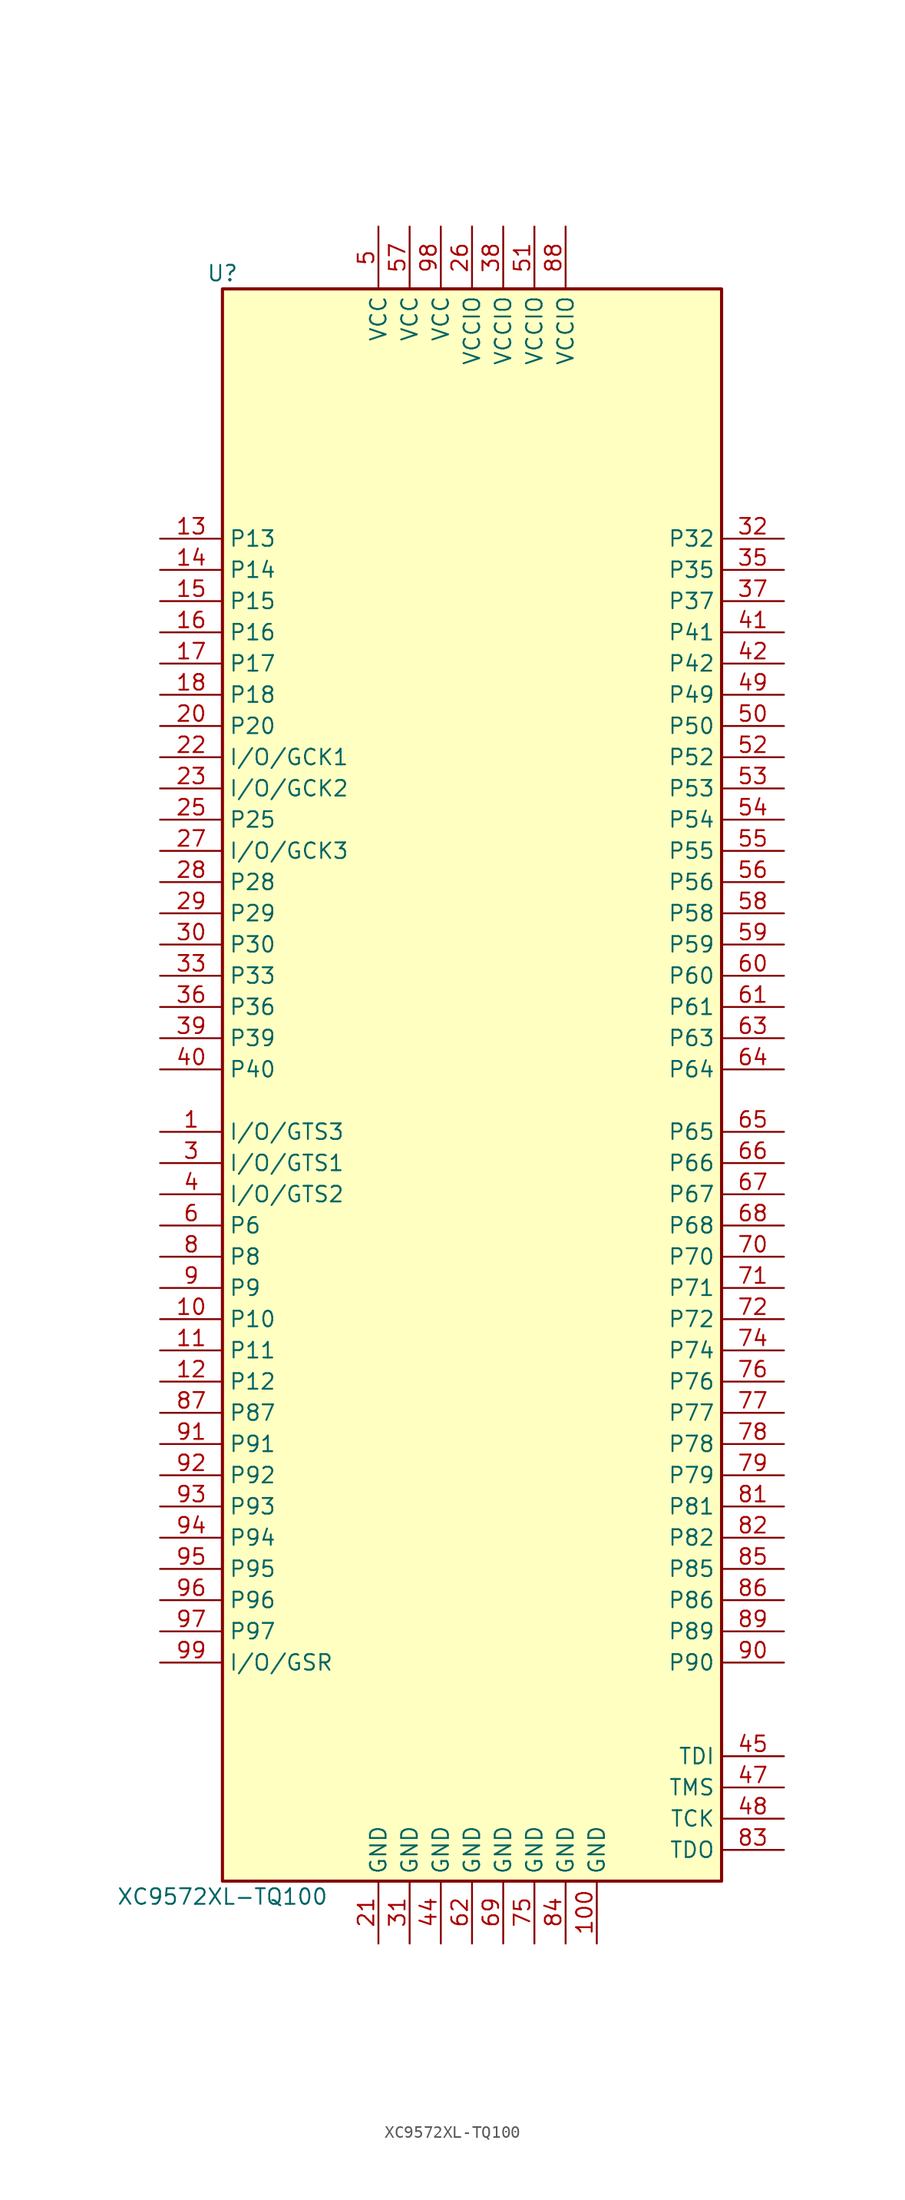
<source format=kicad_sym>
(kicad_symbol_lib
  (version 20201005)
  (generator kicad_symbol_editor)
  (symbol "CPLD_Xilinx:XC9572XL-TQ100"
    (property "Reference" "U"
      (at -20.32 64.77 0)
      (effects (font (size 1.27 1.27))))
    (property "Value" "XC9572XL-TQ100"
      (at -20.32 -67.31 0)
      (effects (font (size 1.27 1.27))))
    (symbol "XC9572XL-TQ100_1_1"
      (rectangle (start -20.32 63.5) (end 20.32 -66.04) (stroke (width 0.254)) (fill (type background)))
      (pin bidirectional line (at -25.4 -5.08 0) (length 5.08) (name "I/O/GTS3" (effects (font (size 1.27 1.27)))) (number "1" (effects (font (size 1.27 1.27)))))
      (pin no_connect line (at -20.32 60.96 0) (length 0) hide (name "NC" (effects (font (size 1.27 1.27)))) (number "2" (effects (font (size 1.27 1.27)))))
      (pin bidirectional line (at -25.4 -7.62 0) (length 5.08) (name "I/O/GTS1" (effects (font (size 1.27 1.27)))) (number "3" (effects (font (size 1.27 1.27)))))
      (pin bidirectional line (at -25.4 -10.16 0) (length 5.08) (name "I/O/GTS2" (effects (font (size 1.27 1.27)))) (number "4" (effects (font (size 1.27 1.27)))))
      (pin power_in line (at -7.62 68.58 270) (length 5.08) (name "VCC" (effects (font (size 1.27 1.27)))) (number "5" (effects (font (size 1.27 1.27)))))
      (pin bidirectional line (at -25.4 -12.7 0) (length 5.08) (name "P6" (effects (font (size 1.27 1.27)))) (number "6" (effects (font (size 1.27 1.27)))))
      (pin no_connect line (at -20.32 58.42 0) (length 0) hide (name "NC" (effects (font (size 1.27 1.27)))) (number "7" (effects (font (size 1.27 1.27)))))
      (pin bidirectional line (at -25.4 -15.24 0) (length 5.08) (name "P8" (effects (font (size 1.27 1.27)))) (number "8" (effects (font (size 1.27 1.27)))))
      (pin bidirectional line (at -25.4 -17.78 0) (length 5.08) (name "P9" (effects (font (size 1.27 1.27)))) (number "9" (effects (font (size 1.27 1.27)))))
      (pin bidirectional line (at -25.4 -20.32 0) (length 5.08) (name "P10" (effects (font (size 1.27 1.27)))) (number "10" (effects (font (size 1.27 1.27)))))
      (pin bidirectional line (at -25.4 27.94 0) (length 5.08) (name "P20" (effects (font (size 1.27 1.27)))) (number "20" (effects (font (size 1.27 1.27)))))
      (pin bidirectional line (at -25.4 10.16 0) (length 5.08) (name "P30" (effects (font (size 1.27 1.27)))) (number "30" (effects (font (size 1.27 1.27)))))
      (pin bidirectional line (at -25.4 0 0) (length 5.08) (name "P40" (effects (font (size 1.27 1.27)))) (number "40" (effects (font (size 1.27 1.27)))))
      (pin bidirectional line (at 25.4 27.94 180) (length 5.08) (name "P50" (effects (font (size 1.27 1.27)))) (number "50" (effects (font (size 1.27 1.27)))))
      (pin bidirectional line (at 25.4 7.62 180) (length 5.08) (name "P60" (effects (font (size 1.27 1.27)))) (number "60" (effects (font (size 1.27 1.27)))))
      (pin bidirectional line (at 25.4 -15.24 180) (length 5.08) (name "P70" (effects (font (size 1.27 1.27)))) (number "70" (effects (font (size 1.27 1.27)))))
      (pin no_connect line (at 20.32 55.88 180) (length 0) hide (name "NC" (effects (font (size 1.27 1.27)))) (number "80" (effects (font (size 1.27 1.27)))))
      (pin bidirectional line (at 25.4 -48.26 180) (length 5.08) (name "P90" (effects (font (size 1.27 1.27)))) (number "90" (effects (font (size 1.27 1.27)))))
      (pin bidirectional line (at -25.4 -22.86 0) (length 5.08) (name "P11" (effects (font (size 1.27 1.27)))) (number "11" (effects (font (size 1.27 1.27)))))
      (pin power_in line (at -7.62 -71.12 90) (length 5.08) (name "GND" (effects (font (size 1.27 1.27)))) (number "21" (effects (font (size 1.27 1.27)))))
      (pin power_in line (at -5.08 -71.12 90) (length 5.08) (name "GND" (effects (font (size 1.27 1.27)))) (number "31" (effects (font (size 1.27 1.27)))))
      (pin bidirectional line (at 25.4 35.56 180) (length 5.08) (name "P41" (effects (font (size 1.27 1.27)))) (number "41" (effects (font (size 1.27 1.27)))))
      (pin power_in line (at 5.08 68.58 270) (length 5.08) (name "VCCIO" (effects (font (size 1.27 1.27)))) (number "51" (effects (font (size 1.27 1.27)))))
      (pin bidirectional line (at 25.4 5.08 180) (length 5.08) (name "P61" (effects (font (size 1.27 1.27)))) (number "61" (effects (font (size 1.27 1.27)))))
      (pin bidirectional line (at 25.4 -17.78 180) (length 5.08) (name "P71" (effects (font (size 1.27 1.27)))) (number "71" (effects (font (size 1.27 1.27)))))
      (pin bidirectional line (at 25.4 -35.56 180) (length 5.08) (name "P81" (effects (font (size 1.27 1.27)))) (number "81" (effects (font (size 1.27 1.27)))))
      (pin bidirectional line (at -25.4 -30.48 0) (length 5.08) (name "P91" (effects (font (size 1.27 1.27)))) (number "91" (effects (font (size 1.27 1.27)))))
      (pin bidirectional line (at -25.4 -25.4 0) (length 5.08) (name "P12" (effects (font (size 1.27 1.27)))) (number "12" (effects (font (size 1.27 1.27)))))
      (pin bidirectional line (at -25.4 25.4 0) (length 5.08) (name "I/O/GCK1" (effects (font (size 1.27 1.27)))) (number "22" (effects (font (size 1.27 1.27)))))
      (pin bidirectional line (at 25.4 43.18 180) (length 5.08) (name "P32" (effects (font (size 1.27 1.27)))) (number "32" (effects (font (size 1.27 1.27)))))
      (pin bidirectional line (at 25.4 33.02 180) (length 5.08) (name "P42" (effects (font (size 1.27 1.27)))) (number "42" (effects (font (size 1.27 1.27)))))
      (pin bidirectional line (at 25.4 25.4 180) (length 5.08) (name "P52" (effects (font (size 1.27 1.27)))) (number "52" (effects (font (size 1.27 1.27)))))
      (pin power_in line (at 0 -71.12 90) (length 5.08) (name "GND" (effects (font (size 1.27 1.27)))) (number "62" (effects (font (size 1.27 1.27)))))
      (pin bidirectional line (at 25.4 -20.32 180) (length 5.08) (name "P72" (effects (font (size 1.27 1.27)))) (number "72" (effects (font (size 1.27 1.27)))))
      (pin bidirectional line (at 25.4 -38.1 180) (length 5.08) (name "P82" (effects (font (size 1.27 1.27)))) (number "82" (effects (font (size 1.27 1.27)))))
      (pin bidirectional line (at -25.4 -33.02 0) (length 5.08) (name "P92" (effects (font (size 1.27 1.27)))) (number "92" (effects (font (size 1.27 1.27)))))
      (pin bidirectional line (at -25.4 43.18 0) (length 5.08) (name "P13" (effects (font (size 1.27 1.27)))) (number "13" (effects (font (size 1.27 1.27)))))
      (pin bidirectional line (at -25.4 22.86 0) (length 5.08) (name "I/O/GCK2" (effects (font (size 1.27 1.27)))) (number "23" (effects (font (size 1.27 1.27)))))
      (pin bidirectional line (at -25.4 7.62 0) (length 5.08) (name "P33" (effects (font (size 1.27 1.27)))) (number "33" (effects (font (size 1.27 1.27)))))
      (pin no_connect line (at -20.32 48.26 0) (length 0) hide (name "NC" (effects (font (size 1.27 1.27)))) (number "43" (effects (font (size 1.27 1.27)))))
      (pin bidirectional line (at 25.4 22.86 180) (length 5.08) (name "P53" (effects (font (size 1.27 1.27)))) (number "53" (effects (font (size 1.27 1.27)))))
      (pin bidirectional line (at 25.4 2.54 180) (length 5.08) (name "P63" (effects (font (size 1.27 1.27)))) (number "63" (effects (font (size 1.27 1.27)))))
      (pin no_connect line (at 20.32 58.42 180) (length 0) hide (name "NC" (effects (font (size 1.27 1.27)))) (number "73" (effects (font (size 1.27 1.27)))))
      (pin output line (at 25.4 -63.5 180) (length 5.08) (name "TDO" (effects (font (size 1.27 1.27)))) (number "83" (effects (font (size 1.27 1.27)))))
      (pin bidirectional line (at -25.4 -35.56 0) (length 5.08) (name "P93" (effects (font (size 1.27 1.27)))) (number "93" (effects (font (size 1.27 1.27)))))
      (pin bidirectional line (at -25.4 40.64 0) (length 5.08) (name "P14" (effects (font (size 1.27 1.27)))) (number "14" (effects (font (size 1.27 1.27)))))
      (pin no_connect line (at -20.32 53.34 0) (length 0) hide (name "NC" (effects (font (size 1.27 1.27)))) (number "24" (effects (font (size 1.27 1.27)))))
      (pin no_connect line (at -20.32 50.8 0) (length 0) hide (name "NC" (effects (font (size 1.27 1.27)))) (number "34" (effects (font (size 1.27 1.27)))))
      (pin power_in line (at -2.54 -71.12 90) (length 5.08) (name "GND" (effects (font (size 1.27 1.27)))) (number "44" (effects (font (size 1.27 1.27)))))
      (pin bidirectional line (at 25.4 20.32 180) (length 5.08) (name "P54" (effects (font (size 1.27 1.27)))) (number "54" (effects (font (size 1.27 1.27)))))
      (pin bidirectional line (at 25.4 0 180) (length 5.08) (name "P64" (effects (font (size 1.27 1.27)))) (number "64" (effects (font (size 1.27 1.27)))))
      (pin bidirectional line (at 25.4 -22.86 180) (length 5.08) (name "P74" (effects (font (size 1.27 1.27)))) (number "74" (effects (font (size 1.27 1.27)))))
      (pin power_in line (at 7.62 -71.12 90) (length 5.08) (name "GND" (effects (font (size 1.27 1.27)))) (number "84" (effects (font (size 1.27 1.27)))))
      (pin bidirectional line (at -25.4 -38.1 0) (length 5.08) (name "P94" (effects (font (size 1.27 1.27)))) (number "94" (effects (font (size 1.27 1.27)))))
      (pin bidirectional line (at -25.4 38.1 0) (length 5.08) (name "P15" (effects (font (size 1.27 1.27)))) (number "15" (effects (font (size 1.27 1.27)))))
      (pin bidirectional line (at -25.4 20.32 0) (length 5.08) (name "P25" (effects (font (size 1.27 1.27)))) (number "25" (effects (font (size 1.27 1.27)))))
      (pin bidirectional line (at 25.4 40.64 180) (length 5.08) (name "P35" (effects (font (size 1.27 1.27)))) (number "35" (effects (font (size 1.27 1.27)))))
      (pin input line (at 25.4 -55.88 180) (length 5.08) (name "TDI" (effects (font (size 1.27 1.27)))) (number "45" (effects (font (size 1.27 1.27)))))
      (pin bidirectional line (at 25.4 17.78 180) (length 5.08) (name "P55" (effects (font (size 1.27 1.27)))) (number "55" (effects (font (size 1.27 1.27)))))
      (pin bidirectional line (at 25.4 -5.08 180) (length 5.08) (name "P65" (effects (font (size 1.27 1.27)))) (number "65" (effects (font (size 1.27 1.27)))))
      (pin power_in line (at 5.08 -71.12 90) (length 5.08) (name "GND" (effects (font (size 1.27 1.27)))) (number "75" (effects (font (size 1.27 1.27)))))
      (pin bidirectional line (at 25.4 -40.64 180) (length 5.08) (name "P85" (effects (font (size 1.27 1.27)))) (number "85" (effects (font (size 1.27 1.27)))))
      (pin bidirectional line (at -25.4 -40.64 0) (length 5.08) (name "P95" (effects (font (size 1.27 1.27)))) (number "95" (effects (font (size 1.27 1.27)))))
      (pin bidirectional line (at -25.4 35.56 0) (length 5.08) (name "P16" (effects (font (size 1.27 1.27)))) (number "16" (effects (font (size 1.27 1.27)))))
      (pin power_in line (at 0 68.58 270) (length 5.08) (name "VCCIO" (effects (font (size 1.27 1.27)))) (number "26" (effects (font (size 1.27 1.27)))))
      (pin bidirectional line (at -25.4 5.08 0) (length 5.08) (name "P36" (effects (font (size 1.27 1.27)))) (number "36" (effects (font (size 1.27 1.27)))))
      (pin no_connect line (at 20.32 60.96 180) (length 0) hide (name "NC" (effects (font (size 1.27 1.27)))) (number "46" (effects (font (size 1.27 1.27)))))
      (pin bidirectional line (at 25.4 15.24 180) (length 5.08) (name "P56" (effects (font (size 1.27 1.27)))) (number "56" (effects (font (size 1.27 1.27)))))
      (pin bidirectional line (at 25.4 -7.62 180) (length 5.08) (name "P66" (effects (font (size 1.27 1.27)))) (number "66" (effects (font (size 1.27 1.27)))))
      (pin bidirectional line (at 25.4 -25.4 180) (length 5.08) (name "P76" (effects (font (size 1.27 1.27)))) (number "76" (effects (font (size 1.27 1.27)))))
      (pin bidirectional line (at 25.4 -43.18 180) (length 5.08) (name "P86" (effects (font (size 1.27 1.27)))) (number "86" (effects (font (size 1.27 1.27)))))
      (pin bidirectional line (at -25.4 -43.18 0) (length 5.08) (name "P96" (effects (font (size 1.27 1.27)))) (number "96" (effects (font (size 1.27 1.27)))))
      (pin bidirectional line (at -25.4 33.02 0) (length 5.08) (name "P17" (effects (font (size 1.27 1.27)))) (number "17" (effects (font (size 1.27 1.27)))))
      (pin bidirectional line (at -25.4 17.78 0) (length 5.08) (name "I/O/GCK3" (effects (font (size 1.27 1.27)))) (number "27" (effects (font (size 1.27 1.27)))))
      (pin bidirectional line (at 25.4 38.1 180) (length 5.08) (name "P37" (effects (font (size 1.27 1.27)))) (number "37" (effects (font (size 1.27 1.27)))))
      (pin input line (at 25.4 -58.42 180) (length 5.08) (name "TMS" (effects (font (size 1.27 1.27)))) (number "47" (effects (font (size 1.27 1.27)))))
      (pin power_in line (at -5.08 68.58 270) (length 5.08) (name "VCC" (effects (font (size 1.27 1.27)))) (number "57" (effects (font (size 1.27 1.27)))))
      (pin bidirectional line (at 25.4 -10.16 180) (length 5.08) (name "P67" (effects (font (size 1.27 1.27)))) (number "67" (effects (font (size 1.27 1.27)))))
      (pin bidirectional line (at 25.4 -27.94 180) (length 5.08) (name "P77" (effects (font (size 1.27 1.27)))) (number "77" (effects (font (size 1.27 1.27)))))
      (pin bidirectional line (at -25.4 -27.94 0) (length 5.08) (name "P87" (effects (font (size 1.27 1.27)))) (number "87" (effects (font (size 1.27 1.27)))))
      (pin bidirectional line (at -25.4 -45.72 0) (length 5.08) (name "P97" (effects (font (size 1.27 1.27)))) (number "97" (effects (font (size 1.27 1.27)))))
      (pin bidirectional line (at -25.4 30.48 0) (length 5.08) (name "P18" (effects (font (size 1.27 1.27)))) (number "18" (effects (font (size 1.27 1.27)))))
      (pin bidirectional line (at -25.4 15.24 0) (length 5.08) (name "P28" (effects (font (size 1.27 1.27)))) (number "28" (effects (font (size 1.27 1.27)))))
      (pin power_in line (at 2.54 68.58 270) (length 5.08) (name "VCCIO" (effects (font (size 1.27 1.27)))) (number "38" (effects (font (size 1.27 1.27)))))
      (pin input line (at 25.4 -60.96 180) (length 5.08) (name "TCK" (effects (font (size 1.27 1.27)))) (number "48" (effects (font (size 1.27 1.27)))))
      (pin bidirectional line (at 25.4 12.7 180) (length 5.08) (name "P58" (effects (font (size 1.27 1.27)))) (number "58" (effects (font (size 1.27 1.27)))))
      (pin bidirectional line (at 25.4 -12.7 180) (length 5.08) (name "P68" (effects (font (size 1.27 1.27)))) (number "68" (effects (font (size 1.27 1.27)))))
      (pin bidirectional line (at 25.4 -30.48 180) (length 5.08) (name "P78" (effects (font (size 1.27 1.27)))) (number "78" (effects (font (size 1.27 1.27)))))
      (pin power_in line (at 7.62 68.58 270) (length 5.08) (name "VCCIO" (effects (font (size 1.27 1.27)))) (number "88" (effects (font (size 1.27 1.27)))))
      (pin power_in line (at -2.54 68.58 270) (length 5.08) (name "VCC" (effects (font (size 1.27 1.27)))) (number "98" (effects (font (size 1.27 1.27)))))
      (pin no_connect line (at -20.32 55.88 0) (length 0) hide (name "NC" (effects (font (size 1.27 1.27)))) (number "19" (effects (font (size 1.27 1.27)))))
      (pin bidirectional line (at -25.4 12.7 0) (length 5.08) (name "P29" (effects (font (size 1.27 1.27)))) (number "29" (effects (font (size 1.27 1.27)))))
      (pin bidirectional line (at -25.4 2.54 0) (length 5.08) (name "P39" (effects (font (size 1.27 1.27)))) (number "39" (effects (font (size 1.27 1.27)))))
      (pin bidirectional line (at 25.4 30.48 180) (length 5.08) (name "P49" (effects (font (size 1.27 1.27)))) (number "49" (effects (font (size 1.27 1.27)))))
      (pin bidirectional line (at 25.4 10.16 180) (length 5.08) (name "P59" (effects (font (size 1.27 1.27)))) (number "59" (effects (font (size 1.27 1.27)))))
      (pin power_in line (at 2.54 -71.12 90) (length 5.08) (name "GND" (effects (font (size 1.27 1.27)))) (number "69" (effects (font (size 1.27 1.27)))))
      (pin bidirectional line (at 25.4 -33.02 180) (length 5.08) (name "P79" (effects (font (size 1.27 1.27)))) (number "79" (effects (font (size 1.27 1.27)))))
      (pin bidirectional line (at 25.4 -45.72 180) (length 5.08) (name "P89" (effects (font (size 1.27 1.27)))) (number "89" (effects (font (size 1.27 1.27)))))
      (pin bidirectional line (at -25.4 -48.26 0) (length 5.08) (name "I/O/GSR" (effects (font (size 1.27 1.27)))) (number "99" (effects (font (size 1.27 1.27)))))
      (pin power_in line (at 10.16 -71.12 90) (length 5.08) (name "GND" (effects (font (size 1.27 1.27)))) (number "100" (effects (font (size 1.27 1.27))))))))
</source>
